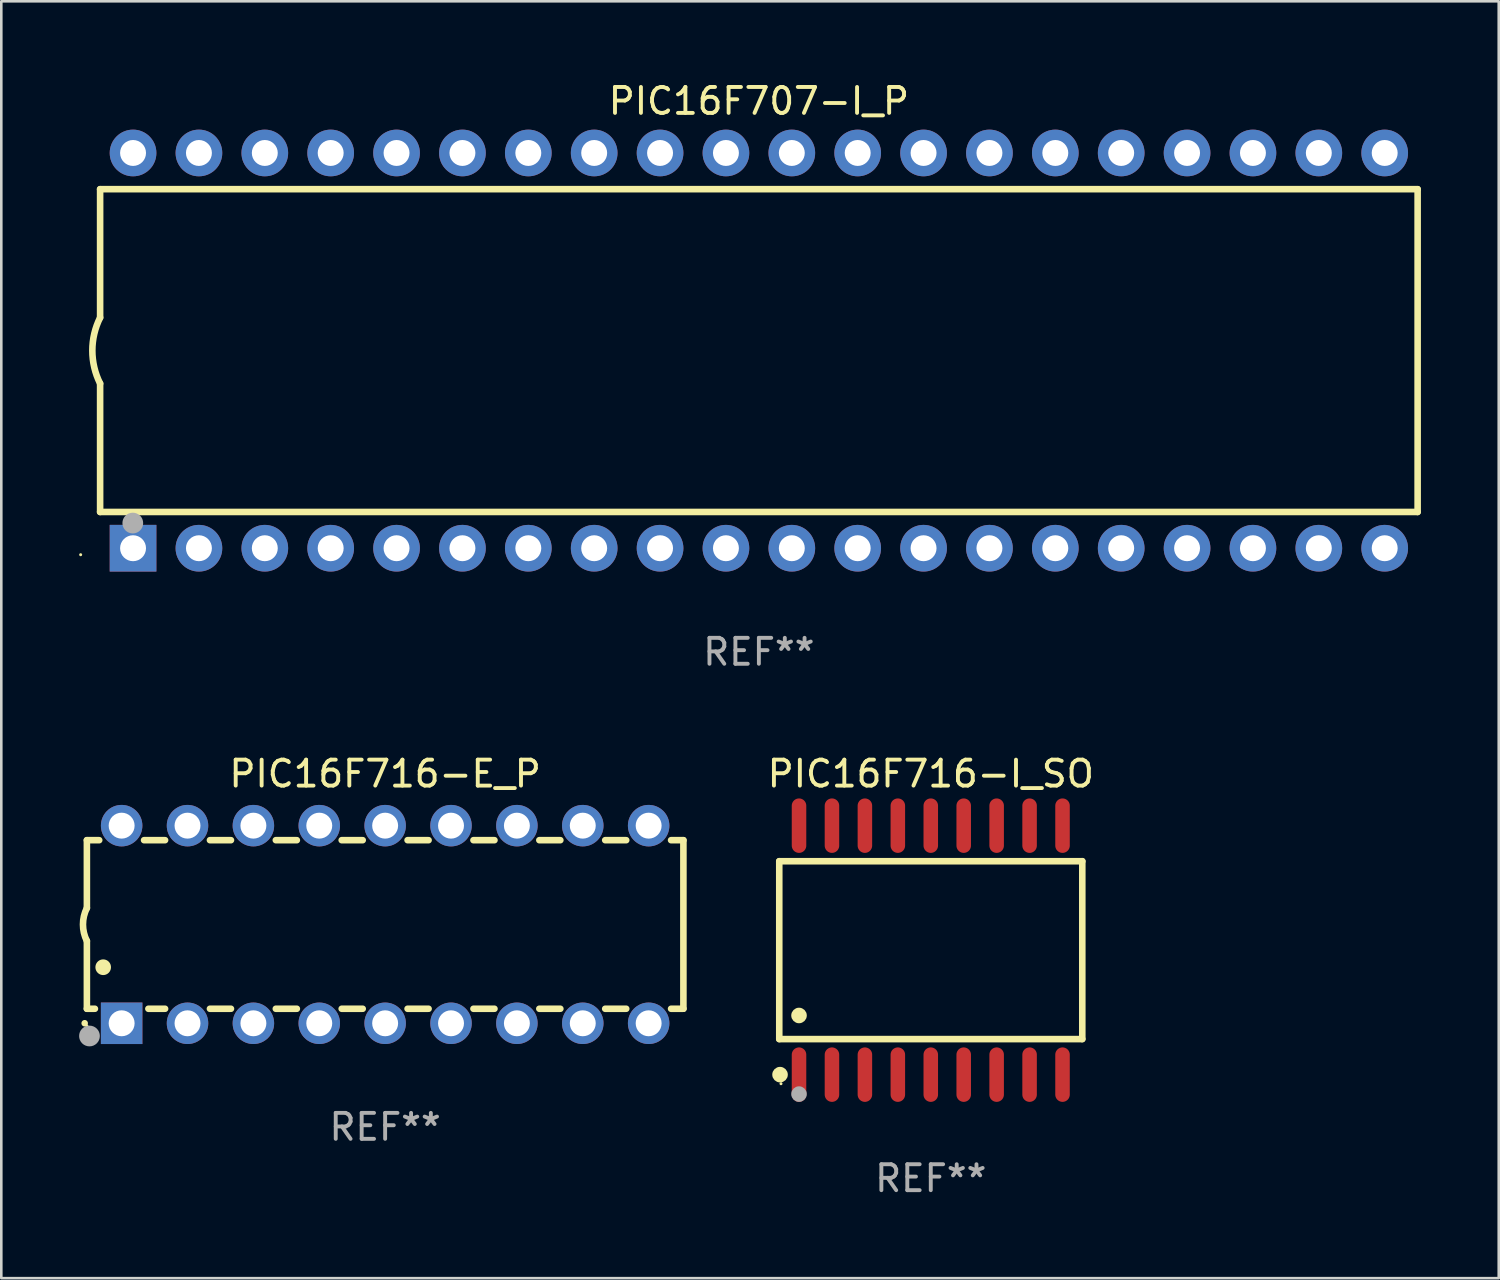
<source format=kicad_pcb>
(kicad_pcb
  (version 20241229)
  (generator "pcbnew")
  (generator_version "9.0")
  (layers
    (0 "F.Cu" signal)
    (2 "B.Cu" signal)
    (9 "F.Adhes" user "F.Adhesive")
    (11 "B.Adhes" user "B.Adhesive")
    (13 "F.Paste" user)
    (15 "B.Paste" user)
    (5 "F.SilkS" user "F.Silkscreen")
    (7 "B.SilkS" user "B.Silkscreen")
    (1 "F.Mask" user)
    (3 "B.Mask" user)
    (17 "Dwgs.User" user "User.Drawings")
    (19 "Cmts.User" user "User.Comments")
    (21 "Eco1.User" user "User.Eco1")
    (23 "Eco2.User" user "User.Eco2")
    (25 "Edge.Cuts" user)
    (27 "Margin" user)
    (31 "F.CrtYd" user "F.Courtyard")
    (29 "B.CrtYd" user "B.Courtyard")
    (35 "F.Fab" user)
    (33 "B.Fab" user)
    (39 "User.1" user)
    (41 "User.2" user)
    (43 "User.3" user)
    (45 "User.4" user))
  (footprint "PIC16F716-I_SO"
    (layer "F.Cu")
    (at 32.838 33.585)
    (property "Reference" "PIC16F716-I_SO" (at 0 -6.8 0) (layer "F.SilkS") (effects (font (size 1 1) (thickness 0.15))))
    (attr through_hole)
    (fp_line (start -5.842 -3.429) (end -5.842 3.429) (stroke (width 0.254) (type solid)) (layer "F.SilkS"))
    (fp_line (start -5.842 3.429) (end 5.842 3.429) (stroke (width 0.254) (type solid)) (layer "F.SilkS"))
    (fp_line (start 5.842 -3.429) (end -5.842 -3.429) (stroke (width 0.254) (type solid)) (layer "F.SilkS"))
    (fp_line (start 5.842 3.429) (end 5.842 -3.429) (stroke (width 0.254) (type solid)) (layer "F.SilkS"))
    (fp_circle (center -5.812 4.8) (end -5.662 4.8) (stroke (width 0.3) (type solid)) (fill no) (layer "F.SilkS"))
    (fp_circle (center -5.775 5.15) (end -5.745 5.15) (stroke (width 0.06) (type solid)) (fill no) (layer "F.SilkS"))
    (fp_circle (center -5.08 2.519) (end -4.93 2.519) (stroke (width 0.3) (type solid)) (fill no) (layer "F.SilkS"))
    (fp_circle (center -5.08 5.55) (end -4.93 5.55) (stroke (width 0.3) (type solid)) (fill no) (layer "F.Fab"))
    (fp_text user "REF**" (at 0 8.8 0) (layer "F.Fab") (effects (font (size 1 1) (thickness 0.15))))
    (pad "1" smd oval (at -5.08 4.8) (size 0.56 2.1) (layers "F.Cu" "F.Mask" "F.Paste"))
    (pad "2" smd oval (at -3.81 4.8) (size 0.56 2.1) (layers "F.Cu" "F.Mask" "F.Paste"))
    (pad "3" smd oval (at -2.54 4.8) (size 0.56 2.1) (layers "F.Cu" "F.Mask" "F.Paste"))
    (pad "4" smd oval (at -1.27 4.8) (size 0.56 2.1) (layers "F.Cu" "F.Mask" "F.Paste"))
    (pad "5" smd oval (at 0 4.8) (size 0.56 2.1) (layers "F.Cu" "F.Mask" "F.Paste"))
    (pad "6" smd oval (at 1.27 4.8) (size 0.56 2.1) (layers "F.Cu" "F.Mask" "F.Paste"))
    (pad "7" smd oval (at 2.54 4.8) (size 0.56 2.1) (layers "F.Cu" "F.Mask" "F.Paste"))
    (pad "8" smd oval (at 3.81 4.8) (size 0.56 2.1) (layers "F.Cu" "F.Mask" "F.Paste"))
    (pad "9" smd oval (at 5.08 4.8) (size 0.56 2.1) (layers "F.Cu" "F.Mask" "F.Paste"))
    (pad "10" smd oval (at 5.08 -4.8) (size 0.56 2.1) (layers "F.Cu" "F.Mask" "F.Paste"))
    (pad "11" smd oval (at 3.81 -4.8) (size 0.56 2.1) (layers "F.Cu" "F.Mask" "F.Paste"))
    (pad "12" smd oval (at 2.54 -4.8) (size 0.56 2.1) (layers "F.Cu" "F.Mask" "F.Paste"))
    (pad "13" smd oval (at 1.27 -4.8) (size 0.56 2.1) (layers "F.Cu" "F.Mask" "F.Paste"))
    (pad "14" smd oval (at 0 -4.8) (size 0.56 2.1) (layers "F.Cu" "F.Mask" "F.Paste"))
    (pad "15" smd oval (at -1.27 -4.8) (size 0.56 2.1) (layers "F.Cu" "F.Mask" "F.Paste"))
    (pad "16" smd oval (at -2.54 -4.8) (size 0.56 2.1) (layers "F.Cu" "F.Mask" "F.Paste"))
    (pad "17" smd oval (at -3.81 -4.8) (size 0.56 2.1) (layers "F.Cu" "F.Mask" "F.Paste"))
    (pad "18" smd oval (at -5.08 -4.8) (size 0.56 2.1) (layers "F.Cu" "F.Mask" "F.Paste")))
  (footprint "PIC16F707-I_P"
    (layer "F.Cu")
    (at 26.21 10.468)
    (property "Reference" "PIC16F707-I_P" (at 0 -9.62 0) (layer "F.SilkS") (effects (font (size 1 1) (thickness 0.15))))
    (attr through_hole)
    (fp_line (start -25.4 -6.224) (end -25.4 -1.271) (stroke (width 0.254) (type solid)) (layer "F.SilkS"))
    (fp_line (start -25.4 -6.224) (end 25.4 -6.224) (stroke (width 0.254) (type solid)) (layer "F.SilkS"))
    (fp_line (start -25.4 1.269) (end -25.4 6.222) (stroke (width 0.254) (type solid)) (layer "F.SilkS"))
    (fp_line (start -25.4 6.222) (end 25.4 6.222) (stroke (width 0.254) (type solid)) (layer "F.SilkS"))
    (fp_line (start 25.4 6.222) (end 25.4 -6.224) (stroke (width 0.254) (type solid)) (layer "F.SilkS"))
    (fp_arc (start -25.4 1.269241) (mid -25.699807 -0.000762) (end -25.4 -1.270765) (stroke (width 0.254001) (type solid)) (layer "F.SilkS"))
    (fp_circle (center -26.15 7.87) (end -26.12 7.87) (stroke (width 0.06) (type solid)) (fill no) (layer "F.SilkS"))
    (fp_circle (center -24.14 6.65) (end -23.94 6.65) (stroke (width 0.4) (type solid)) (fill no) (layer "F.Fab"))
    (fp_text user "REF**" (at 0 11.62 0) (layer "F.Fab") (effects (font (size 1 1) (thickness 0.15))))
    (pad "1" thru_hole rect (at -24.13 7.62 90) (size 1.8 1.8) (drill 1) (layers "*.Cu" "*.Mask"))
    (pad "2" thru_hole circle (at -21.59 7.62) (size 1.8 1.8) (drill 1) (layers "*.Cu" "*.Mask"))
    (pad "3" thru_hole circle (at -19.05 7.62) (size 1.8 1.8) (drill 1) (layers "*.Cu" "*.Mask"))
    (pad "4" thru_hole circle (at -16.51 7.62) (size 1.8 1.8) (drill 1) (layers "*.Cu" "*.Mask"))
    (pad "5" thru_hole circle (at -13.97 7.62) (size 1.8 1.8) (drill 1) (layers "*.Cu" "*.Mask"))
    (pad "6" thru_hole circle (at -11.43 7.62) (size 1.8 1.8) (drill 1) (layers "*.Cu" "*.Mask"))
    (pad "7" thru_hole circle (at -8.89 7.62) (size 1.8 1.8) (drill 1) (layers "*.Cu" "*.Mask"))
    (pad "8" thru_hole circle (at -6.35 7.62) (size 1.8 1.8) (drill 1) (layers "*.Cu" "*.Mask"))
    (pad "9" thru_hole circle (at -3.81 7.62) (size 1.8 1.8) (drill 1) (layers "*.Cu" "*.Mask"))
    (pad "10" thru_hole circle (at -1.27 7.62) (size 1.8 1.8) (drill 1) (layers "*.Cu" "*.Mask"))
    (pad "11" thru_hole circle (at 1.27 7.62) (size 1.8 1.8) (drill 1) (layers "*.Cu" "*.Mask"))
    (pad "12" thru_hole circle (at 3.81 7.62) (size 1.8 1.8) (drill 1) (layers "*.Cu" "*.Mask"))
    (pad "13" thru_hole circle (at 6.35 7.62) (size 1.8 1.8) (drill 1) (layers "*.Cu" "*.Mask"))
    (pad "14" thru_hole circle (at 8.89 7.62) (size 1.8 1.8) (drill 1) (layers "*.Cu" "*.Mask"))
    (pad "15" thru_hole circle (at 11.43 7.62) (size 1.8 1.8) (drill 1) (layers "*.Cu" "*.Mask"))
    (pad "16" thru_hole circle (at 13.97 7.62) (size 1.8 1.8) (drill 1) (layers "*.Cu" "*.Mask"))
    (pad "17" thru_hole circle (at 16.51 7.62) (size 1.8 1.8) (drill 1) (layers "*.Cu" "*.Mask"))
    (pad "18" thru_hole circle (at 19.05 7.62) (size 1.8 1.8) (drill 1) (layers "*.Cu" "*.Mask"))
    (pad "19" thru_hole circle (at 21.59 7.62) (size 1.8 1.8) (drill 1) (layers "*.Cu" "*.Mask"))
    (pad "20" thru_hole circle (at 24.13 7.62) (size 1.8 1.8) (drill 1) (layers "*.Cu" "*.Mask"))
    (pad "21" thru_hole circle (at 24.13 -7.62) (size 1.8 1.8) (drill 1) (layers "*.Cu" "*.Mask"))
    (pad "22" thru_hole circle (at 21.59 -7.62) (size 1.8 1.8) (drill 1) (layers "*.Cu" "*.Mask"))
    (pad "23" thru_hole circle (at 19.05 -7.62) (size 1.8 1.8) (drill 1) (layers "*.Cu" "*.Mask"))
    (pad "24" thru_hole circle (at 16.51 -7.62) (size 1.8 1.8) (drill 1) (layers "*.Cu" "*.Mask"))
    (pad "25" thru_hole circle (at 13.97 -7.62) (size 1.8 1.8) (drill 1) (layers "*.Cu" "*.Mask"))
    (pad "26" thru_hole circle (at 11.43 -7.62) (size 1.8 1.8) (drill 1) (layers "*.Cu" "*.Mask"))
    (pad "27" thru_hole circle (at 8.89 -7.62) (size 1.8 1.8) (drill 1) (layers "*.Cu" "*.Mask"))
    (pad "28" thru_hole circle (at 6.35 -7.62) (size 1.8 1.8) (drill 1) (layers "*.Cu" "*.Mask"))
    (pad "29" thru_hole circle (at 3.81 -7.62) (size 1.8 1.8) (drill 1) (layers "*.Cu" "*.Mask"))
    (pad "30" thru_hole circle (at 1.27 -7.62) (size 1.8 1.8) (drill 1) (layers "*.Cu" "*.Mask"))
    (pad "31" thru_hole circle (at -1.27 -7.62) (size 1.8 1.8) (drill 1) (layers "*.Cu" "*.Mask"))
    (pad "32" thru_hole circle (at -3.81 -7.62) (size 1.8 1.8) (drill 1) (layers "*.Cu" "*.Mask"))
    (pad "33" thru_hole circle (at -6.35 -7.62) (size 1.8 1.8) (drill 1) (layers "*.Cu" "*.Mask"))
    (pad "34" thru_hole circle (at -8.89 -7.62) (size 1.8 1.8) (drill 1) (layers "*.Cu" "*.Mask"))
    (pad "35" thru_hole circle (at -11.43 -7.62) (size 1.8 1.8) (drill 1) (layers "*.Cu" "*.Mask"))
    (pad "36" thru_hole circle (at -13.97 -7.62) (size 1.8 1.8) (drill 1) (layers "*.Cu" "*.Mask"))
    (pad "37" thru_hole circle (at -16.51 -7.62) (size 1.8 1.8) (drill 1) (layers "*.Cu" "*.Mask"))
    (pad "38" thru_hole circle (at -19.05 -7.62) (size 1.8 1.8) (drill 1) (layers "*.Cu" "*.Mask"))
    (pad "39" thru_hole circle (at -21.59 -7.62) (size 1.8 1.8) (drill 1) (layers "*.Cu" "*.Mask"))
    (pad "40" thru_hole circle (at -24.13 -7.62) (size 1.8 1.8) (drill 1) (layers "*.Cu" "*.Mask")))
  (footprint "PIC16F716-E_P"
    (layer "F.Cu")
    (at 11.8 32.595)
    (property "Reference" "PIC16F716-E_P" (at 0 -5.81 0) (layer "F.SilkS") (effects (font (size 1 1) (thickness 0.15))))
    (attr through_hole)
    (fp_line (start -11.5 -3.25) (end -11.5 -0.635) (stroke (width 0.254) (type solid)) (layer "F.SilkS"))
    (fp_line (start -11.5 3.25) (end -11.5 0.635) (stroke (width 0.254) (type solid)) (layer "F.SilkS"))
    (fp_line (start -11.5 3.25) (end -11.191 3.25) (stroke (width 0.254) (type solid)) (layer "F.SilkS"))
    (fp_line (start -11.025 -3.25) (end -11.5 -3.25) (stroke (width 0.254) (type solid)) (layer "F.SilkS"))
    (fp_line (start -9.129 3.25) (end -8.485 3.25) (stroke (width 0.254) (type solid)) (layer "F.SilkS"))
    (fp_line (start -8.485 -3.25) (end -9.295 -3.25) (stroke (width 0.254) (type solid)) (layer "F.SilkS"))
    (fp_line (start -6.755 3.25) (end -5.945 3.25) (stroke (width 0.254) (type solid)) (layer "F.SilkS"))
    (fp_line (start -5.945 -3.25) (end -6.755 -3.25) (stroke (width 0.254) (type solid)) (layer "F.SilkS"))
    (fp_line (start -4.215 3.25) (end -3.405 3.25) (stroke (width 0.254) (type solid)) (layer "F.SilkS"))
    (fp_line (start -3.405 -3.25) (end -4.215 -3.25) (stroke (width 0.254) (type solid)) (layer "F.SilkS"))
    (fp_line (start -1.675 3.25) (end -0.865 3.25) (stroke (width 0.254) (type solid)) (layer "F.SilkS"))
    (fp_line (start -0.865 -3.25) (end -1.675 -3.25) (stroke (width 0.254) (type solid)) (layer "F.SilkS"))
    (fp_line (start 0.865 3.25) (end 1.675 3.25) (stroke (width 0.254) (type solid)) (layer "F.SilkS"))
    (fp_line (start 1.675 -3.25) (end 0.865 -3.25) (stroke (width 0.254) (type solid)) (layer "F.SilkS"))
    (fp_line (start 3.405 3.25) (end 4.215 3.25) (stroke (width 0.254) (type solid)) (layer "F.SilkS"))
    (fp_line (start 4.215 -3.25) (end 3.405 -3.25) (stroke (width 0.254) (type solid)) (layer "F.SilkS"))
    (fp_line (start 5.945 3.25) (end 6.755 3.25) (stroke (width 0.254) (type solid)) (layer "F.SilkS"))
    (fp_line (start 6.755 -3.25) (end 5.945 -3.25) (stroke (width 0.254) (type solid)) (layer "F.SilkS"))
    (fp_line (start 8.485 3.25) (end 9.295 3.25) (stroke (width 0.254) (type solid)) (layer "F.SilkS"))
    (fp_line (start 9.295 -3.25) (end 8.485 -3.25) (stroke (width 0.254) (type solid)) (layer "F.SilkS"))
    (fp_line (start 11.025 3.25) (end 11.5 3.25) (stroke (width 0.254) (type solid)) (layer "F.SilkS"))
    (fp_line (start 11.5 -3.25) (end 11.025 -3.25) (stroke (width 0.254) (type solid)) (layer "F.SilkS"))
    (fp_line (start 11.5 -3.25) (end 11.5 3.25) (stroke (width 0.254) (type solid)) (layer "F.SilkS"))
    (fp_arc (start -11.584963 3.810008) (mid -11.58497 3.808738) (end -11.584963 3.807468) (stroke (width 0.25) (type solid)) (layer "F.SilkS"))
    (fp_arc (start -11.501143 0.635001) (mid -11.650665 -0.000132) (end -11.500025 -0.635001) (stroke (width 0.254001) (type solid)) (layer "F.SilkS"))
    (fp_arc (start -10.871222 1.651003) (mid -10.871233 1.648463) (end -10.871222 1.645923) (stroke (width 0.6) (type solid)) (layer "F.SilkS"))
    (fp_circle (center -11.5 3.91) (end -11.47 3.91) (stroke (width 0.06) (type solid)) (fill no) (layer "F.SilkS"))
    (fp_circle (center -11.4 4.3) (end -11.2 4.3) (stroke (width 0.4) (type solid)) (fill no) (layer "F.Fab"))
    (fp_text user "REF**" (at 0 7.81 0) (layer "F.Fab") (effects (font (size 1 1) (thickness 0.15))))
    (pad "1" thru_hole rect (at -10.16 3.81 90) (size 1.6 1.6) (drill 1) (layers "*.Cu" "*.Mask"))
    (pad "2" thru_hole circle (at -7.62 3.81 90) (size 1.6 1.6) (drill 1) (layers "*.Cu" "*.Mask"))
    (pad "3" thru_hole circle (at -5.08 3.81 90) (size 1.6 1.6) (drill 1) (layers "*.Cu" "*.Mask"))
    (pad "4" thru_hole circle (at -2.54 3.81 90) (size 1.6 1.6) (drill 1) (layers "*.Cu" "*.Mask"))
    (pad "5" thru_hole circle (at 0 3.81 90) (size 1.6 1.6) (drill 1) (layers "*.Cu" "*.Mask"))
    (pad "6" thru_hole circle (at 2.54 3.81 90) (size 1.6 1.6) (drill 1) (layers "*.Cu" "*.Mask"))
    (pad "7" thru_hole circle (at 5.08 3.81 90) (size 1.6 1.6) (drill 1) (layers "*.Cu" "*.Mask"))
    (pad "8" thru_hole circle (at 7.62 3.81 90) (size 1.6 1.6) (drill 1) (layers "*.Cu" "*.Mask"))
    (pad "9" thru_hole circle (at 10.16 3.81 90) (size 1.6 1.6) (drill 1) (layers "*.Cu" "*.Mask"))
    (pad "10" thru_hole circle (at 10.16 -3.81 90) (size 1.6 1.6) (drill 1) (layers "*.Cu" "*.Mask"))
    (pad "11" thru_hole circle (at 7.62 -3.81 90) (size 1.6 1.6) (drill 1) (layers "*.Cu" "*.Mask"))
    (pad "12" thru_hole circle (at 5.08 -3.81 90) (size 1.6 1.6) (drill 1) (layers "*.Cu" "*.Mask"))
    (pad "13" thru_hole circle (at 2.54 -3.81 90) (size 1.6 1.6) (drill 1) (layers "*.Cu" "*.Mask"))
    (pad "14" thru_hole circle (at 0 -3.81 90) (size 1.6 1.6) (drill 1) (layers "*.Cu" "*.Mask"))
    (pad "15" thru_hole circle (at -2.54 -3.81 90) (size 1.6 1.6) (drill 1) (layers "*.Cu" "*.Mask"))
    (pad "16" thru_hole circle (at -5.08 -3.81 90) (size 1.6 1.6) (drill 1) (layers "*.Cu" "*.Mask"))
    (pad "17" thru_hole circle (at -7.62 -3.81 90) (size 1.6 1.6) (drill 1) (layers "*.Cu" "*.Mask"))
    (pad "18" thru_hole circle (at -10.16 -3.81 90) (size 1.6 1.6) (drill 1) (layers "*.Cu" "*.Mask")))
  (gr_rect
    (start -3 -3)
    (end 54.737 46.233)
    (stroke (width 0.1) (type default))
    (fill no)
    (layer "Edge.Cuts")))
</source>
